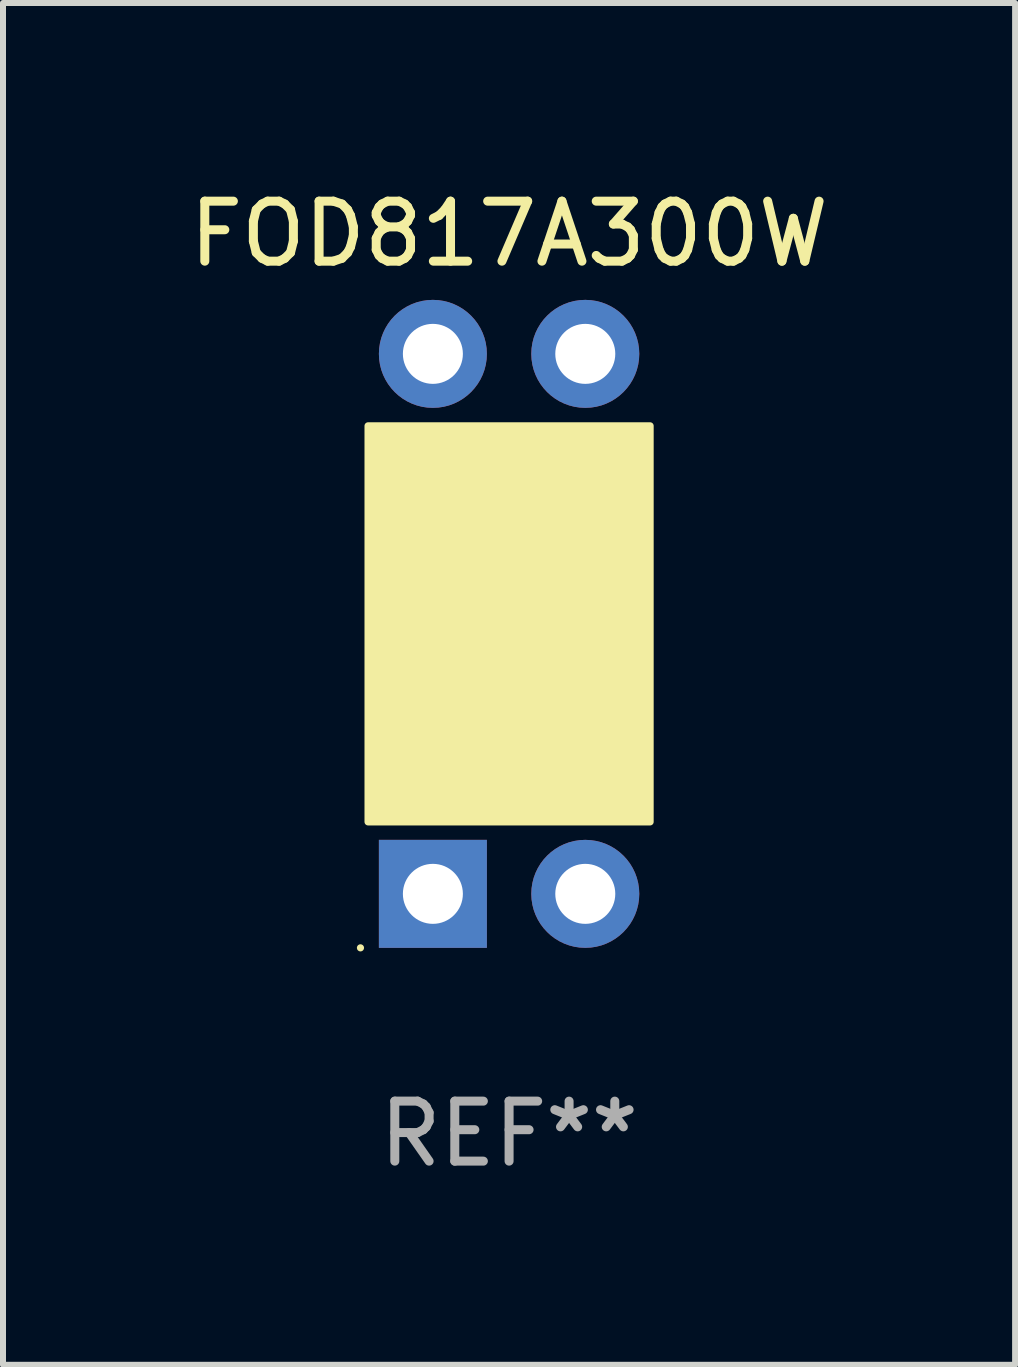
<source format=kicad_pcb>
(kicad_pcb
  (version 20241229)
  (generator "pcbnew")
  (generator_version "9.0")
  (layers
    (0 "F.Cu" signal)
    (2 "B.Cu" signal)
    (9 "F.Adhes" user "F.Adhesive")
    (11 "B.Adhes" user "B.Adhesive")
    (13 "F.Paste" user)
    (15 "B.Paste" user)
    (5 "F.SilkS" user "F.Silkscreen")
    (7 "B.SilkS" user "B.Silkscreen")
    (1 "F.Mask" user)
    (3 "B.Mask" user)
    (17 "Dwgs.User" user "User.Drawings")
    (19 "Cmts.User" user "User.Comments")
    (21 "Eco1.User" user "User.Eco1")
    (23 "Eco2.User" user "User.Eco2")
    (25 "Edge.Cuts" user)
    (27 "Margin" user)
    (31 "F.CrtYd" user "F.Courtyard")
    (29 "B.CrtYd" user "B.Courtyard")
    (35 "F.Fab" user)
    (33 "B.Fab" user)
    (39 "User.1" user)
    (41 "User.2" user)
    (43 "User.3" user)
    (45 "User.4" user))
  (footprint "FOD817A300W"
    (layer "F.Cu")
    (at 5.435 7.348)
    (property "Reference" "FOD817A300W" (at 0 -6.5 0) (layer "F.SilkS") (effects (font (size 1 1) (thickness 0.15))))
    (attr through_hole)
    (fp_circle (center -2.477 5.4) (end -2.447 5.4) (stroke (width 0.06) (type solid)) (fill no) (layer "F.SilkS"))
    (fp_circle (center -1.798 2.727) (end -1.586 2.727) (stroke (width 0.254) (type solid)) (fill no) (layer "F.SilkS"))
    (fp_poly (pts (xy -2.35 -3.3) (xy 2.35 -3.3) (xy 2.35 3.3) (xy -2.35 3.3)) (stroke (width 0.12) (type solid)) (fill yes) (layer "F.SilkS"))
    (fp_text user "REF**" (at 0 8.5 0) (layer "F.Fab") (effects (font (size 1 1) (thickness 0.15))))
    (pad "1" thru_hole rect (at -1.27 4.5 90) (size 1.8 1.8) (drill 1) (layers "*.Cu" "*.Mask"))
    (pad "2" thru_hole circle (at 1.27 4.5) (size 1.8 1.8) (drill 1) (layers "*.Cu" "*.Mask"))
    (pad "3" thru_hole circle (at 1.27 -4.5) (size 1.8 1.8) (drill 1) (layers "*.Cu" "*.Mask"))
    (pad "4" thru_hole circle (at -1.27 -4.5) (size 1.8 1.8) (drill 1) (layers "*.Cu" "*.Mask")))
  (gr_rect
    (start -3 -3)
    (end 13.869 19.697)
    (stroke (width 0.1) (type default))
    (fill no)
    (layer "Edge.Cuts")))
</source>
